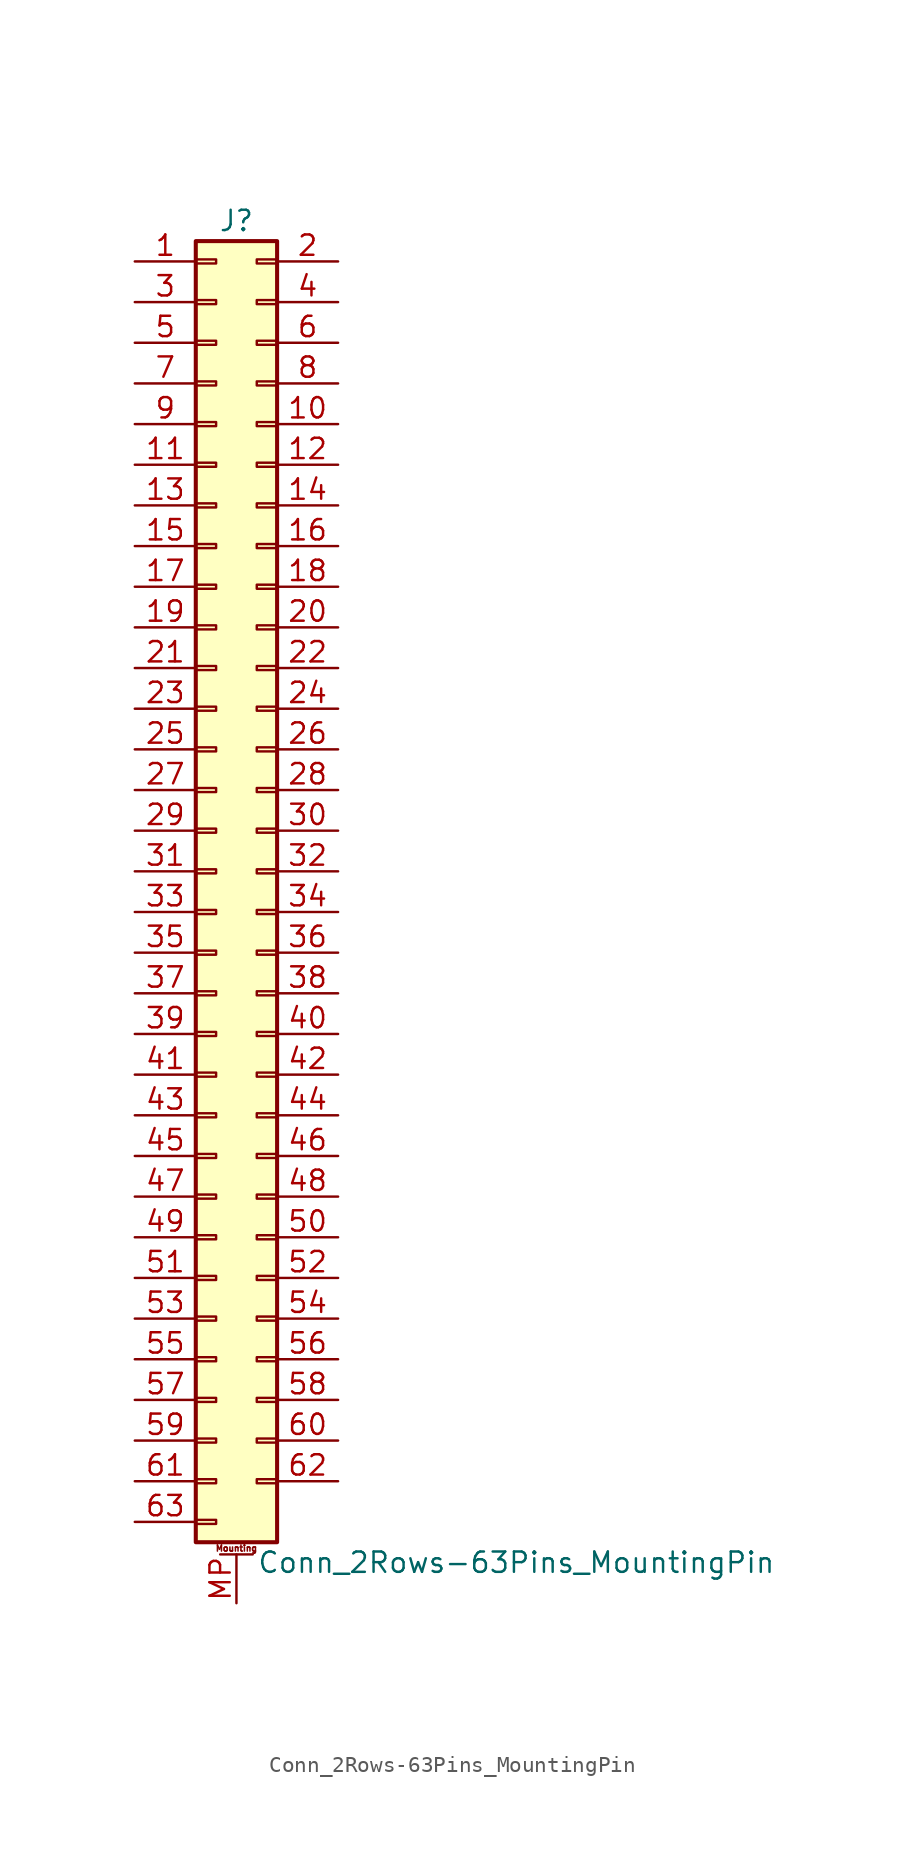
<source format=kicad_sym>
(kicad_symbol_lib
  (version 20220914)
  (generator kicad_symbol_editor)
  (symbol "Conn_2Rows-63Pins_MountingPin"
    (pin_names
      (offset 1.016) hide)
    (property "Reference" "J"
      (at 1.27 40.64 0)
      (effects (font (size 1.27 1.27))))
    (property "Value" "Conn_2Rows-63Pins_MountingPin"
      (at 2.54 -43.18 0)
      (effects (font (size 1.27 1.27)) (justify left)))
    (symbol "Conn_2Rows-63Pins_MountingPin_1_1"
      (rectangle (start -1.27 -40.513) (end 0 -40.767) (stroke (width 0.152) (type default)) (fill (type none)))
      (rectangle (start -1.27 -37.973) (end 0 -38.227) (stroke (width 0.152) (type default)) (fill (type none)))
      (rectangle (start -1.27 -35.433) (end 0 -35.687) (stroke (width 0.152) (type default)) (fill (type none)))
      (rectangle (start -1.27 -32.893) (end 0 -33.147) (stroke (width 0.152) (type default)) (fill (type none)))
      (rectangle (start -1.27 -30.353) (end 0 -30.607) (stroke (width 0.152) (type default)) (fill (type none)))
      (rectangle (start -1.27 -27.813) (end 0 -28.067) (stroke (width 0.152) (type default)) (fill (type none)))
      (rectangle (start -1.27 -25.273) (end 0 -25.527) (stroke (width 0.152) (type default)) (fill (type none)))
      (rectangle (start -1.27 -22.733) (end 0 -22.987) (stroke (width 0.152) (type default)) (fill (type none)))
      (rectangle (start -1.27 -20.193) (end 0 -20.447) (stroke (width 0.152) (type default)) (fill (type none)))
      (rectangle (start -1.27 -17.653) (end 0 -17.907) (stroke (width 0.152) (type default)) (fill (type none)))
      (rectangle (start -1.27 -15.113) (end 0 -15.367) (stroke (width 0.152) (type default)) (fill (type none)))
      (rectangle (start -1.27 -12.573) (end 0 -12.827) (stroke (width 0.152) (type default)) (fill (type none)))
      (rectangle (start -1.27 -10.033) (end 0 -10.287) (stroke (width 0.152) (type default)) (fill (type none)))
      (rectangle (start -1.27 -7.493) (end 0 -7.747) (stroke (width 0.152) (type default)) (fill (type none)))
      (rectangle (start -1.27 -4.953) (end 0 -5.207) (stroke (width 0.152) (type default)) (fill (type none)))
      (rectangle (start -1.27 -2.413) (end 0 -2.667) (stroke (width 0.152) (type default)) (fill (type none)))
      (rectangle (start -1.27 0.127) (end 0 -0.127) (stroke (width 0.152) (type default)) (fill (type none)))
      (rectangle (start -1.27 2.667) (end 0 2.413) (stroke (width 0.152) (type default)) (fill (type none)))
      (rectangle (start -1.27 5.207) (end 0 4.953) (stroke (width 0.152) (type default)) (fill (type none)))
      (rectangle (start -1.27 7.747) (end 0 7.493) (stroke (width 0.152) (type default)) (fill (type none)))
      (rectangle (start -1.27 10.287) (end 0 10.033) (stroke (width 0.152) (type default)) (fill (type none)))
      (rectangle (start -1.27 12.827) (end 0 12.573) (stroke (width 0.152) (type default)) (fill (type none)))
      (rectangle (start -1.27 15.367) (end 0 15.113) (stroke (width 0.152) (type default)) (fill (type none)))
      (rectangle (start -1.27 17.907) (end 0 17.653) (stroke (width 0.152) (type default)) (fill (type none)))
      (rectangle (start -1.27 20.447) (end 0 20.193) (stroke (width 0.152) (type default)) (fill (type none)))
      (rectangle (start -1.27 22.987) (end 0 22.733) (stroke (width 0.152) (type default)) (fill (type none)))
      (rectangle (start -1.27 25.527) (end 0 25.273) (stroke (width 0.152) (type default)) (fill (type none)))
      (rectangle (start -1.27 28.067) (end 0 27.813) (stroke (width 0.152) (type default)) (fill (type none)))
      (rectangle (start -1.27 30.607) (end 0 30.353) (stroke (width 0.152) (type default)) (fill (type none)))
      (rectangle (start -1.27 33.147) (end 0 32.893) (stroke (width 0.152) (type default)) (fill (type none)))
      (rectangle (start -1.27 35.687) (end 0 35.433) (stroke (width 0.152) (type default)) (fill (type none)))
      (rectangle (start -1.27 38.227) (end 0 37.973) (stroke (width 0.152) (type default)) (fill (type none)))
      (rectangle (start -1.27 39.37) (end 3.81 -41.91) (stroke (width 0.254) (type default)) (fill (type background)))
      (polyline (pts (xy 0.254 -42.672) (xy 2.286 -42.672)) (stroke (width 0.152) (type default)) (fill (type none)))
      (rectangle (start 3.81 -37.973) (end 2.54 -38.227) (stroke (width 0.152) (type default)) (fill (type none)))
      (rectangle (start 3.81 -35.433) (end 2.54 -35.687) (stroke (width 0.152) (type default)) (fill (type none)))
      (rectangle (start 3.81 -32.893) (end 2.54 -33.147) (stroke (width 0.152) (type default)) (fill (type none)))
      (rectangle (start 3.81 -30.353) (end 2.54 -30.607) (stroke (width 0.152) (type default)) (fill (type none)))
      (rectangle (start 3.81 -27.813) (end 2.54 -28.067) (stroke (width 0.152) (type default)) (fill (type none)))
      (rectangle (start 3.81 -25.273) (end 2.54 -25.527) (stroke (width 0.152) (type default)) (fill (type none)))
      (rectangle (start 3.81 -22.733) (end 2.54 -22.987) (stroke (width 0.152) (type default)) (fill (type none)))
      (rectangle (start 3.81 -20.193) (end 2.54 -20.447) (stroke (width 0.152) (type default)) (fill (type none)))
      (rectangle (start 3.81 -17.653) (end 2.54 -17.907) (stroke (width 0.152) (type default)) (fill (type none)))
      (rectangle (start 3.81 -15.113) (end 2.54 -15.367) (stroke (width 0.152) (type default)) (fill (type none)))
      (rectangle (start 3.81 -12.573) (end 2.54 -12.827) (stroke (width 0.152) (type default)) (fill (type none)))
      (rectangle (start 3.81 -10.033) (end 2.54 -10.287) (stroke (width 0.152) (type default)) (fill (type none)))
      (rectangle (start 3.81 -7.493) (end 2.54 -7.747) (stroke (width 0.152) (type default)) (fill (type none)))
      (rectangle (start 3.81 -4.953) (end 2.54 -5.207) (stroke (width 0.152) (type default)) (fill (type none)))
      (rectangle (start 3.81 -2.413) (end 2.54 -2.667) (stroke (width 0.152) (type default)) (fill (type none)))
      (rectangle (start 3.81 0.127) (end 2.54 -0.127) (stroke (width 0.152) (type default)) (fill (type none)))
      (rectangle (start 3.81 2.667) (end 2.54 2.413) (stroke (width 0.152) (type default)) (fill (type none)))
      (rectangle (start 3.81 5.207) (end 2.54 4.953) (stroke (width 0.152) (type default)) (fill (type none)))
      (rectangle (start 3.81 7.747) (end 2.54 7.493) (stroke (width 0.152) (type default)) (fill (type none)))
      (rectangle (start 3.81 10.287) (end 2.54 10.033) (stroke (width 0.152) (type default)) (fill (type none)))
      (rectangle (start 3.81 12.827) (end 2.54 12.573) (stroke (width 0.152) (type default)) (fill (type none)))
      (rectangle (start 3.81 15.367) (end 2.54 15.113) (stroke (width 0.152) (type default)) (fill (type none)))
      (rectangle (start 3.81 17.907) (end 2.54 17.653) (stroke (width 0.152) (type default)) (fill (type none)))
      (rectangle (start 3.81 20.447) (end 2.54 20.193) (stroke (width 0.152) (type default)) (fill (type none)))
      (rectangle (start 3.81 22.987) (end 2.54 22.733) (stroke (width 0.152) (type default)) (fill (type none)))
      (rectangle (start 3.81 25.527) (end 2.54 25.273) (stroke (width 0.152) (type default)) (fill (type none)))
      (rectangle (start 3.81 28.067) (end 2.54 27.813) (stroke (width 0.152) (type default)) (fill (type none)))
      (rectangle (start 3.81 30.607) (end 2.54 30.353) (stroke (width 0.152) (type default)) (fill (type none)))
      (rectangle (start 3.81 33.147) (end 2.54 32.893) (stroke (width 0.152) (type default)) (fill (type none)))
      (rectangle (start 3.81 35.687) (end 2.54 35.433) (stroke (width 0.152) (type default)) (fill (type none)))
      (rectangle (start 3.81 38.227) (end 2.54 37.973) (stroke (width 0.152) (type default)) (fill (type none)))
      (text "Mounting" (at 1.27 -42.291 0) (effects (font (size 0.381 0.381))))
      (pin passive line (at -5.08 38.1 0) (length 3.81) (name "Pin_1" (effects (font (size 1.27 1.27)))) (number "1" (effects (font (size 1.27 1.27)))))
      (pin passive line (at 7.62 27.94 180) (length 3.81) (name "Pin_10" (effects (font (size 1.27 1.27)))) (number "10" (effects (font (size 1.27 1.27)))))
      (pin passive line (at -5.08 25.4 0) (length 3.81) (name "Pin_11" (effects (font (size 1.27 1.27)))) (number "11" (effects (font (size 1.27 1.27)))))
      (pin passive line (at 7.62 25.4 180) (length 3.81) (name "Pin_12" (effects (font (size 1.27 1.27)))) (number "12" (effects (font (size 1.27 1.27)))))
      (pin passive line (at -5.08 22.86 0) (length 3.81) (name "Pin_13" (effects (font (size 1.27 1.27)))) (number "13" (effects (font (size 1.27 1.27)))))
      (pin passive line (at 7.62 22.86 180) (length 3.81) (name "Pin_14" (effects (font (size 1.27 1.27)))) (number "14" (effects (font (size 1.27 1.27)))))
      (pin passive line (at -5.08 20.32 0) (length 3.81) (name "Pin_15" (effects (font (size 1.27 1.27)))) (number "15" (effects (font (size 1.27 1.27)))))
      (pin passive line (at 7.62 20.32 180) (length 3.81) (name "Pin_16" (effects (font (size 1.27 1.27)))) (number "16" (effects (font (size 1.27 1.27)))))
      (pin passive line (at -5.08 17.78 0) (length 3.81) (name "Pin_17" (effects (font (size 1.27 1.27)))) (number "17" (effects (font (size 1.27 1.27)))))
      (pin passive line (at 7.62 17.78 180) (length 3.81) (name "Pin_18" (effects (font (size 1.27 1.27)))) (number "18" (effects (font (size 1.27 1.27)))))
      (pin passive line (at -5.08 15.24 0) (length 3.81) (name "Pin_19" (effects (font (size 1.27 1.27)))) (number "19" (effects (font (size 1.27 1.27)))))
      (pin passive line (at 7.62 38.1 180) (length 3.81) (name "Pin_2" (effects (font (size 1.27 1.27)))) (number "2" (effects (font (size 1.27 1.27)))))
      (pin passive line (at 7.62 15.24 180) (length 3.81) (name "Pin_20" (effects (font (size 1.27 1.27)))) (number "20" (effects (font (size 1.27 1.27)))))
      (pin passive line (at -5.08 12.7 0) (length 3.81) (name "Pin_21" (effects (font (size 1.27 1.27)))) (number "21" (effects (font (size 1.27 1.27)))))
      (pin passive line (at 7.62 12.7 180) (length 3.81) (name "Pin_22" (effects (font (size 1.27 1.27)))) (number "22" (effects (font (size 1.27 1.27)))))
      (pin passive line (at -5.08 10.16 0) (length 3.81) (name "Pin_23" (effects (font (size 1.27 1.27)))) (number "23" (effects (font (size 1.27 1.27)))))
      (pin passive line (at 7.62 10.16 180) (length 3.81) (name "Pin_24" (effects (font (size 1.27 1.27)))) (number "24" (effects (font (size 1.27 1.27)))))
      (pin passive line (at -5.08 7.62 0) (length 3.81) (name "Pin_25" (effects (font (size 1.27 1.27)))) (number "25" (effects (font (size 1.27 1.27)))))
      (pin passive line (at 7.62 7.62 180) (length 3.81) (name "Pin_26" (effects (font (size 1.27 1.27)))) (number "26" (effects (font (size 1.27 1.27)))))
      (pin passive line (at -5.08 5.08 0) (length 3.81) (name "Pin_27" (effects (font (size 1.27 1.27)))) (number "27" (effects (font (size 1.27 1.27)))))
      (pin passive line (at 7.62 5.08 180) (length 3.81) (name "Pin_28" (effects (font (size 1.27 1.27)))) (number "28" (effects (font (size 1.27 1.27)))))
      (pin passive line (at -5.08 2.54 0) (length 3.81) (name "Pin_29" (effects (font (size 1.27 1.27)))) (number "29" (effects (font (size 1.27 1.27)))))
      (pin passive line (at -5.08 35.56 0) (length 3.81) (name "Pin_3" (effects (font (size 1.27 1.27)))) (number "3" (effects (font (size 1.27 1.27)))))
      (pin passive line (at 7.62 2.54 180) (length 3.81) (name "Pin_30" (effects (font (size 1.27 1.27)))) (number "30" (effects (font (size 1.27 1.27)))))
      (pin passive line (at -5.08 0 0) (length 3.81) (name "Pin_31" (effects (font (size 1.27 1.27)))) (number "31" (effects (font (size 1.27 1.27)))))
      (pin passive line (at 7.62 0 180) (length 3.81) (name "Pin_32" (effects (font (size 1.27 1.27)))) (number "32" (effects (font (size 1.27 1.27)))))
      (pin passive line (at -5.08 -2.54 0) (length 3.81) (name "Pin_33" (effects (font (size 1.27 1.27)))) (number "33" (effects (font (size 1.27 1.27)))))
      (pin passive line (at 7.62 -2.54 180) (length 3.81) (name "Pin_34" (effects (font (size 1.27 1.27)))) (number "34" (effects (font (size 1.27 1.27)))))
      (pin passive line (at -5.08 -5.08 0) (length 3.81) (name "Pin_35" (effects (font (size 1.27 1.27)))) (number "35" (effects (font (size 1.27 1.27)))))
      (pin passive line (at 7.62 -5.08 180) (length 3.81) (name "Pin_36" (effects (font (size 1.27 1.27)))) (number "36" (effects (font (size 1.27 1.27)))))
      (pin passive line (at -5.08 -7.62 0) (length 3.81) (name "Pin_37" (effects (font (size 1.27 1.27)))) (number "37" (effects (font (size 1.27 1.27)))))
      (pin passive line (at 7.62 -7.62 180) (length 3.81) (name "Pin_38" (effects (font (size 1.27 1.27)))) (number "38" (effects (font (size 1.27 1.27)))))
      (pin passive line (at -5.08 -10.16 0) (length 3.81) (name "Pin_39" (effects (font (size 1.27 1.27)))) (number "39" (effects (font (size 1.27 1.27)))))
      (pin passive line (at 7.62 35.56 180) (length 3.81) (name "Pin_4" (effects (font (size 1.27 1.27)))) (number "4" (effects (font (size 1.27 1.27)))))
      (pin passive line (at 7.62 -10.16 180) (length 3.81) (name "Pin_40" (effects (font (size 1.27 1.27)))) (number "40" (effects (font (size 1.27 1.27)))))
      (pin passive line (at -5.08 -12.7 0) (length 3.81) (name "Pin_41" (effects (font (size 1.27 1.27)))) (number "41" (effects (font (size 1.27 1.27)))))
      (pin passive line (at 7.62 -12.7 180) (length 3.81) (name "Pin_42" (effects (font (size 1.27 1.27)))) (number "42" (effects (font (size 1.27 1.27)))))
      (pin passive line (at -5.08 -15.24 0) (length 3.81) (name "Pin_43" (effects (font (size 1.27 1.27)))) (number "43" (effects (font (size 1.27 1.27)))))
      (pin passive line (at 7.62 -15.24 180) (length 3.81) (name "Pin_44" (effects (font (size 1.27 1.27)))) (number "44" (effects (font (size 1.27 1.27)))))
      (pin passive line (at -5.08 -17.78 0) (length 3.81) (name "Pin_45" (effects (font (size 1.27 1.27)))) (number "45" (effects (font (size 1.27 1.27)))))
      (pin passive line (at 7.62 -17.78 180) (length 3.81) (name "Pin_46" (effects (font (size 1.27 1.27)))) (number "46" (effects (font (size 1.27 1.27)))))
      (pin passive line (at -5.08 -20.32 0) (length 3.81) (name "Pin_47" (effects (font (size 1.27 1.27)))) (number "47" (effects (font (size 1.27 1.27)))))
      (pin passive line (at 7.62 -20.32 180) (length 3.81) (name "Pin_48" (effects (font (size 1.27 1.27)))) (number "48" (effects (font (size 1.27 1.27)))))
      (pin passive line (at -5.08 -22.86 0) (length 3.81) (name "Pin_49" (effects (font (size 1.27 1.27)))) (number "49" (effects (font (size 1.27 1.27)))))
      (pin passive line (at -5.08 33.02 0) (length 3.81) (name "Pin_5" (effects (font (size 1.27 1.27)))) (number "5" (effects (font (size 1.27 1.27)))))
      (pin passive line (at 7.62 -22.86 180) (length 3.81) (name "Pin_50" (effects (font (size 1.27 1.27)))) (number "50" (effects (font (size 1.27 1.27)))))
      (pin passive line (at -5.08 -25.4 0) (length 3.81) (name "Pin_51" (effects (font (size 1.27 1.27)))) (number "51" (effects (font (size 1.27 1.27)))))
      (pin passive line (at 7.62 -25.4 180) (length 3.81) (name "Pin_52" (effects (font (size 1.27 1.27)))) (number "52" (effects (font (size 1.27 1.27)))))
      (pin passive line (at -5.08 -27.94 0) (length 3.81) (name "Pin_53" (effects (font (size 1.27 1.27)))) (number "53" (effects (font (size 1.27 1.27)))))
      (pin passive line (at 7.62 -27.94 180) (length 3.81) (name "Pin_54" (effects (font (size 1.27 1.27)))) (number "54" (effects (font (size 1.27 1.27)))))
      (pin passive line (at -5.08 -30.48 0) (length 3.81) (name "Pin_55" (effects (font (size 1.27 1.27)))) (number "55" (effects (font (size 1.27 1.27)))))
      (pin passive line (at 7.62 -30.48 180) (length 3.81) (name "Pin_56" (effects (font (size 1.27 1.27)))) (number "56" (effects (font (size 1.27 1.27)))))
      (pin passive line (at -5.08 -33.02 0) (length 3.81) (name "Pin_57" (effects (font (size 1.27 1.27)))) (number "57" (effects (font (size 1.27 1.27)))))
      (pin passive line (at 7.62 -33.02 180) (length 3.81) (name "Pin_58" (effects (font (size 1.27 1.27)))) (number "58" (effects (font (size 1.27 1.27)))))
      (pin passive line (at -5.08 -35.56 0) (length 3.81) (name "Pin_59" (effects (font (size 1.27 1.27)))) (number "59" (effects (font (size 1.27 1.27)))))
      (pin passive line (at 7.62 33.02 180) (length 3.81) (name "Pin_6" (effects (font (size 1.27 1.27)))) (number "6" (effects (font (size 1.27 1.27)))))
      (pin passive line (at 7.62 -35.56 180) (length 3.81) (name "Pin_60" (effects (font (size 1.27 1.27)))) (number "60" (effects (font (size 1.27 1.27)))))
      (pin passive line (at -5.08 -38.1 0) (length 3.81) (name "Pin_61" (effects (font (size 1.27 1.27)))) (number "61" (effects (font (size 1.27 1.27)))))
      (pin passive line (at 7.62 -38.1 180) (length 3.81) (name "Pin_62" (effects (font (size 1.27 1.27)))) (number "62" (effects (font (size 1.27 1.27)))))
      (pin passive line (at -5.08 -40.64 0) (length 3.81) (name "Pin_63" (effects (font (size 1.27 1.27)))) (number "63" (effects (font (size 1.27 1.27)))))
      (pin passive line (at -5.08 30.48 0) (length 3.81) (name "Pin_7" (effects (font (size 1.27 1.27)))) (number "7" (effects (font (size 1.27 1.27)))))
      (pin passive line (at 7.62 30.48 180) (length 3.81) (name "Pin_8" (effects (font (size 1.27 1.27)))) (number "8" (effects (font (size 1.27 1.27)))))
      (pin passive line (at -5.08 27.94 0) (length 3.81) (name "Pin_9" (effects (font (size 1.27 1.27)))) (number "9" (effects (font (size 1.27 1.27)))))
      (pin passive line (at 1.27 -45.72 90) (length 3.048) (name "MountPin" (effects (font (size 1.27 1.27)))) (number "MP" (effects (font (size 1.27 1.27))))))))
</source>
